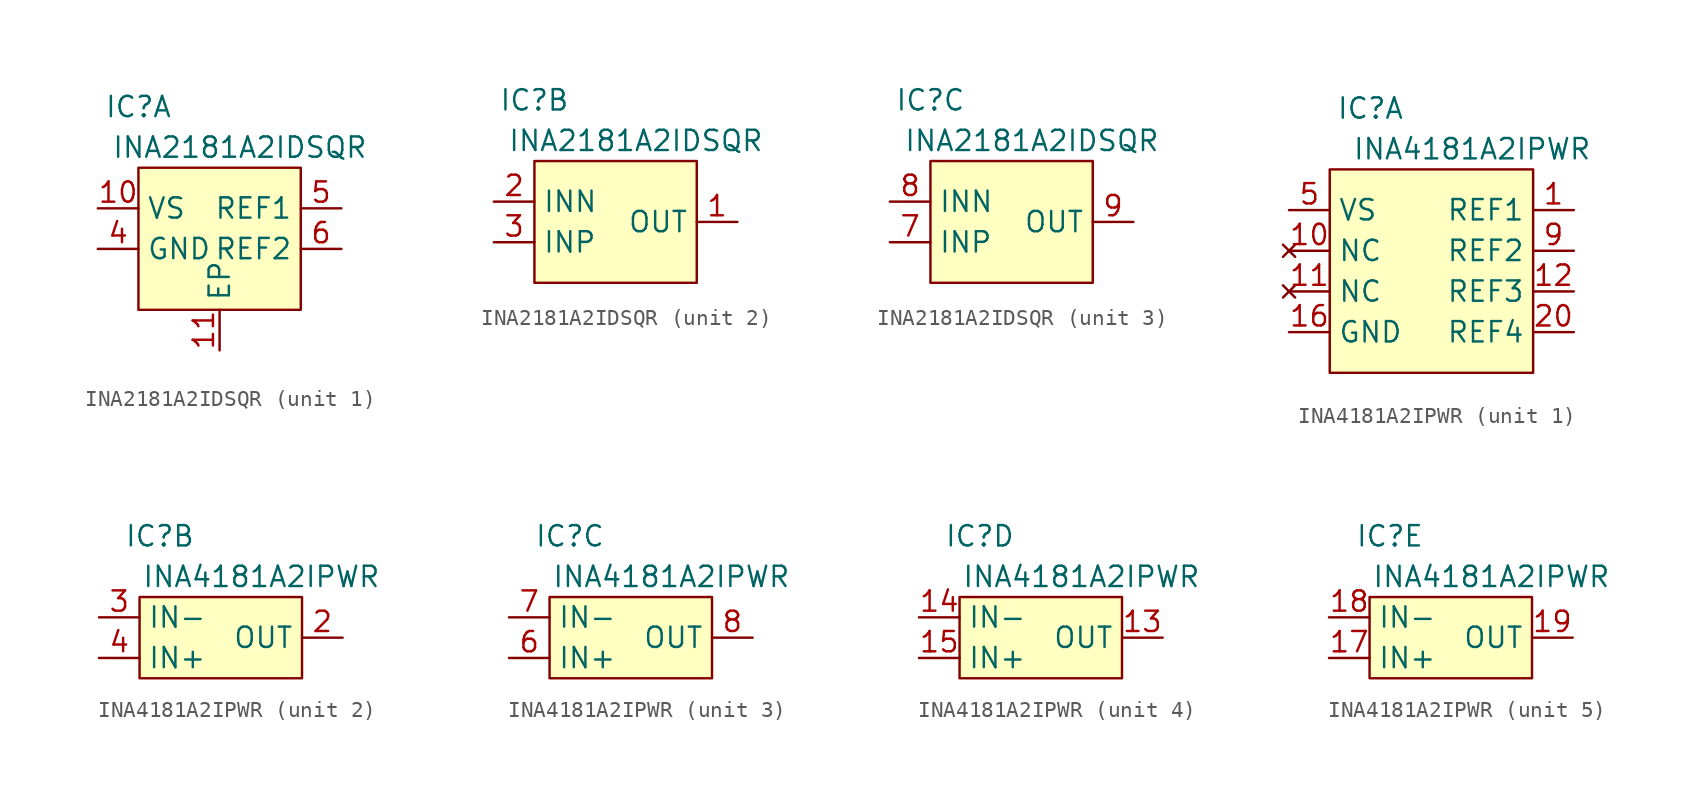
<source format=kicad_sym>
(kicad_symbol_lib
  (version 20211014)
  (generator kicad_symbol_editor)
  (symbol "INA2181A2IDSQR"
    (property "Reference" "IC"
      (at -5.08 3.81 0)
      (effects (font (size 1.27 1.27))))
    (property "Value" "INA2181A2IDSQR"
      (at 1.27 1.27 0)
      (effects (font (size 1.27 1.27))))
    (property "ki_locked" ""
      (at 0 0 0)
      (effects (font (size 1.27 1.27))))
    (symbol "INA2181A2IDSQR_1_1"
      (rectangle (start -5.08 0) (end 5.08 -8.89) (stroke (width 0) (type default) (color 0 0 0 0)) (fill (type background)))
      (pin input line (at -7.62 -2.54 0) (length 2.54) (name "VS" (effects (font (size 1.27 1.27)))) (number "10" (effects (font (size 1.27 1.27)))))
      (pin passive line (at 0 -11.43 90) (length 2.54) (name "EP" (effects (font (size 1.27 1.27)))) (number "11" (effects (font (size 1.27 1.27)))))
      (pin passive line (at -7.62 -5.08 0) (length 2.54) (name "GND" (effects (font (size 1.27 1.27)))) (number "4" (effects (font (size 1.27 1.27)))))
      (pin input line (at 7.62 -2.54 180) (length 2.54) (name "REF1" (effects (font (size 1.27 1.27)))) (number "5" (effects (font (size 1.27 1.27)))))
      (pin input line (at 7.62 -5.08 180) (length 2.54) (name "REF2" (effects (font (size 1.27 1.27)))) (number "6" (effects (font (size 1.27 1.27))))))
    (symbol "INA2181A2IDSQR_2_1"
      (rectangle (start -5.08 0) (end 5.08 -7.62) (stroke (width 0) (type default) (color 0 0 0 0)) (fill (type background)))
      (pin output line (at 7.62 -3.81 180) (length 2.54) (name "OUT" (effects (font (size 1.27 1.27)))) (number "1" (effects (font (size 1.27 1.27)))))
      (pin input line (at -7.62 -2.54 0) (length 2.54) (name "INN" (effects (font (size 1.27 1.27)))) (number "2" (effects (font (size 1.27 1.27)))))
      (pin input line (at -7.62 -5.08 0) (length 2.54) (name "INP" (effects (font (size 1.27 1.27)))) (number "3" (effects (font (size 1.27 1.27))))))
    (symbol "INA2181A2IDSQR_3_1"
      (rectangle (start -5.08 0) (end 5.08 -7.62) (stroke (width 0) (type default) (color 0 0 0 0)) (fill (type background)))
      (pin input line (at -7.62 -5.08 0) (length 2.54) (name "INP" (effects (font (size 1.27 1.27)))) (number "7" (effects (font (size 1.27 1.27)))))
      (pin input line (at -7.62 -2.54 0) (length 2.54) (name "INN" (effects (font (size 1.27 1.27)))) (number "8" (effects (font (size 1.27 1.27)))))
      (pin output line (at 7.62 -3.81 180) (length 2.54) (name "OUT" (effects (font (size 1.27 1.27)))) (number "9" (effects (font (size 1.27 1.27)))))))
  (symbol "INA4181A2IPWR"
    (property "Reference" "IC"
      (at -3.81 3.81 0)
      (effects (font (size 1.27 1.27))))
    (property "Value" "INA4181A2IPWR"
      (at 2.54 1.27 0)
      (effects (font (size 1.27 1.27))))
    (property "ki_locked" ""
      (at 0 0 0)
      (effects (font (size 1.27 1.27))))
    (symbol "INA4181A2IPWR_1_1"
      (rectangle (start -6.35 0) (end 6.35 -12.7) (stroke (width 0) (type default) (color 0 0 0 0)) (fill (type background)))
      (pin input line (at 8.89 -2.54 180) (length 2.54) (name "REF1" (effects (font (size 1.27 1.27)))) (number "1" (effects (font (size 1.27 1.27)))))
      (pin no_connect line (at -8.89 -5.08 0) (length 2.54) (name "NC" (effects (font (size 1.27 1.27)))) (number "10" (effects (font (size 1.27 1.27)))))
      (pin no_connect line (at -8.89 -7.62 0) (length 2.54) (name "NC" (effects (font (size 1.27 1.27)))) (number "11" (effects (font (size 1.27 1.27)))))
      (pin input line (at 8.89 -7.62 180) (length 2.54) (name "REF3" (effects (font (size 1.27 1.27)))) (number "12" (effects (font (size 1.27 1.27)))))
      (pin power_out line (at -8.89 -10.16 0) (length 2.54) (name "GND" (effects (font (size 1.27 1.27)))) (number "16" (effects (font (size 1.27 1.27)))))
      (pin input line (at 8.89 -10.16 180) (length 2.54) (name "REF4" (effects (font (size 1.27 1.27)))) (number "20" (effects (font (size 1.27 1.27)))))
      (pin power_in line (at -8.89 -2.54 0) (length 2.54) (name "VS" (effects (font (size 1.27 1.27)))) (number "5" (effects (font (size 1.27 1.27)))))
      (pin input line (at 8.89 -5.08 180) (length 2.54) (name "REF2" (effects (font (size 1.27 1.27)))) (number "9" (effects (font (size 1.27 1.27))))))
    (symbol "INA4181A2IPWR_2_1"
      (rectangle (start -5.08 0) (end 5.08 -5.08) (stroke (width 0) (type default) (color 0 0 0 0)) (fill (type background)))
      (pin input line (at 7.62 -2.54 180) (length 2.54) (name "OUT" (effects (font (size 1.27 1.27)))) (number "2" (effects (font (size 1.27 1.27)))))
      (pin input line (at -7.62 -1.27 0) (length 2.54) (name "IN-" (effects (font (size 1.27 1.27)))) (number "3" (effects (font (size 1.27 1.27)))))
      (pin input line (at -7.62 -3.81 0) (length 2.54) (name "IN+" (effects (font (size 1.27 1.27)))) (number "4" (effects (font (size 1.27 1.27))))))
    (symbol "INA4181A2IPWR_3_1"
      (rectangle (start -5.08 0) (end 5.08 -5.08) (stroke (width 0) (type default) (color 0 0 0 0)) (fill (type background)))
      (pin input line (at -7.62 -3.81 0) (length 2.54) (name "IN+" (effects (font (size 1.27 1.27)))) (number "6" (effects (font (size 1.27 1.27)))))
      (pin input line (at -7.62 -1.27 0) (length 2.54) (name "IN-" (effects (font (size 1.27 1.27)))) (number "7" (effects (font (size 1.27 1.27)))))
      (pin input line (at 7.62 -2.54 180) (length 2.54) (name "OUT" (effects (font (size 1.27 1.27)))) (number "8" (effects (font (size 1.27 1.27))))))
    (symbol "INA4181A2IPWR_4_1"
      (rectangle (start -5.08 0) (end 5.08 -5.08) (stroke (width 0) (type default) (color 0 0 0 0)) (fill (type background)))
      (pin input line (at 7.62 -2.54 180) (length 2.54) (name "OUT" (effects (font (size 1.27 1.27)))) (number "13" (effects (font (size 1.27 1.27)))))
      (pin input line (at -7.62 -1.27 0) (length 2.54) (name "IN-" (effects (font (size 1.27 1.27)))) (number "14" (effects (font (size 1.27 1.27)))))
      (pin input line (at -7.62 -3.81 0) (length 2.54) (name "IN+" (effects (font (size 1.27 1.27)))) (number "15" (effects (font (size 1.27 1.27))))))
    (symbol "INA4181A2IPWR_5_1"
      (rectangle (start -5.08 0) (end 5.08 -5.08) (stroke (width 0) (type default) (color 0 0 0 0)) (fill (type background)))
      (pin input line (at -7.62 -3.81 0) (length 2.54) (name "IN+" (effects (font (size 1.27 1.27)))) (number "17" (effects (font (size 1.27 1.27)))))
      (pin input line (at -7.62 -1.27 0) (length 2.54) (name "IN-" (effects (font (size 1.27 1.27)))) (number "18" (effects (font (size 1.27 1.27)))))
      (pin input line (at 7.62 -2.54 180) (length 2.54) (name "OUT" (effects (font (size 1.27 1.27)))) (number "19" (effects (font (size 1.27 1.27))))))))
</source>
